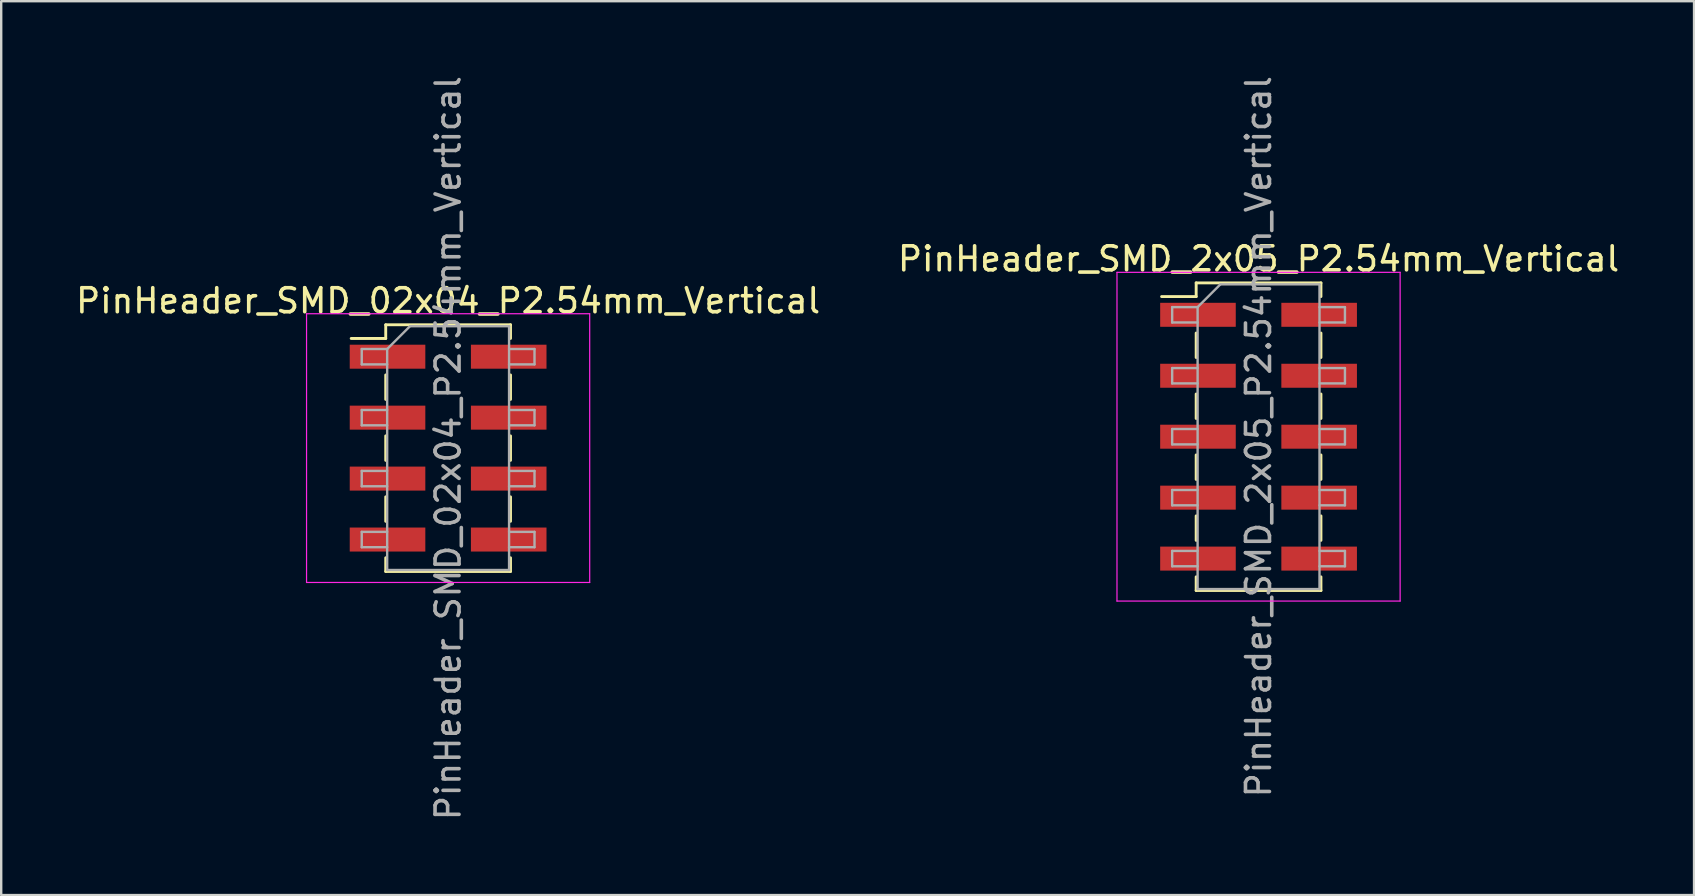
<source format=kicad_pcb>
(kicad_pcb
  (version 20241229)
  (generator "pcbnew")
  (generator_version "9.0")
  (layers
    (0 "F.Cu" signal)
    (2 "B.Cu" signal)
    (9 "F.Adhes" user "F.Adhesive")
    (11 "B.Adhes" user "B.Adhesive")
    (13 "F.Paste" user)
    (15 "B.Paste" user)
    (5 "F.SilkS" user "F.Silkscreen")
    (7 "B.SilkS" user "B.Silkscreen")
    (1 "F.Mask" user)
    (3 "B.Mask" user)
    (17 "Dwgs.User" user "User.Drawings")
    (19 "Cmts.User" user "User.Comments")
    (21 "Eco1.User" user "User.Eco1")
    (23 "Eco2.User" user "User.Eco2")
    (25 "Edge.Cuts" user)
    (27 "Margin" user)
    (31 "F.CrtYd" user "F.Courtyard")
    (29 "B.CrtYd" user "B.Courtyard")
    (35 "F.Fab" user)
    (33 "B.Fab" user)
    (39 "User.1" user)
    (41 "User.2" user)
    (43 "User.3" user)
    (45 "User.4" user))
  (footprint "PinHeader_SMD_2x05_P2.54mm_Vertical"
    (layer "F.Cu")
    (at 49.399 15.149)
    (property "Reference" "PinHeader_SMD_2x05_P2.54mm_Vertical" (at 0 -7.41 0) (layer "F.SilkS") (effects (font (size 1 1) (thickness 0.15))))
    (attr smd)
    (fp_line (start -4.04 -5.84) (end -2.6 -5.84) (stroke (width 0.12) (type solid)) (layer "F.SilkS"))
    (fp_line (start -2.6 -6.41) (end -2.6 -5.84) (stroke (width 0.12) (type solid)) (layer "F.SilkS"))
    (fp_line (start -2.6 -6.41) (end 2.6 -6.41) (stroke (width 0.12) (type solid)) (layer "F.SilkS"))
    (fp_line (start -2.6 -4.32) (end -2.6 -3.3) (stroke (width 0.12) (type solid)) (layer "F.SilkS"))
    (fp_line (start -2.6 -1.78) (end -2.6 -0.76) (stroke (width 0.12) (type solid)) (layer "F.SilkS"))
    (fp_line (start -2.6 0.76) (end -2.6 1.78) (stroke (width 0.12) (type solid)) (layer "F.SilkS"))
    (fp_line (start -2.6 3.3) (end -2.6 4.32) (stroke (width 0.12) (type solid)) (layer "F.SilkS"))
    (fp_line (start -2.6 5.84) (end -2.6 6.41) (stroke (width 0.12) (type solid)) (layer "F.SilkS"))
    (fp_line (start -2.6 6.41) (end 2.6 6.41) (stroke (width 0.12) (type solid)) (layer "F.SilkS"))
    (fp_line (start 2.6 -6.41) (end 2.6 -5.84) (stroke (width 0.12) (type solid)) (layer "F.SilkS"))
    (fp_line (start 2.6 -4.32) (end 2.6 -3.3) (stroke (width 0.12) (type solid)) (layer "F.SilkS"))
    (fp_line (start 2.6 -1.78) (end 2.6 -0.76) (stroke (width 0.12) (type solid)) (layer "F.SilkS"))
    (fp_line (start 2.6 0.76) (end 2.6 1.78) (stroke (width 0.12) (type solid)) (layer "F.SilkS"))
    (fp_line (start 2.6 3.3) (end 2.6 4.32) (stroke (width 0.12) (type solid)) (layer "F.SilkS"))
    (fp_line (start 2.6 5.84) (end 2.6 6.41) (stroke (width 0.12) (type solid)) (layer "F.SilkS"))
    (fp_line (start -5.9 -6.85) (end -5.9 6.85) (stroke (width 0.05) (type solid)) (layer "F.CrtYd"))
    (fp_line (start -5.9 6.85) (end 5.9 6.85) (stroke (width 0.05) (type solid)) (layer "F.CrtYd"))
    (fp_line (start 5.9 -6.85) (end -5.9 -6.85) (stroke (width 0.05) (type solid)) (layer "F.CrtYd"))
    (fp_line (start 5.9 6.85) (end 5.9 -6.85) (stroke (width 0.05) (type solid)) (layer "F.CrtYd"))
    (fp_line (start -3.6 -5.4) (end -3.6 -4.76) (stroke (width 0.1) (type solid)) (layer "F.Fab"))
    (fp_line (start -3.6 -4.76) (end -2.54 -4.76) (stroke (width 0.1) (type solid)) (layer "F.Fab"))
    (fp_line (start -3.6 -2.86) (end -3.6 -2.22) (stroke (width 0.1) (type solid)) (layer "F.Fab"))
    (fp_line (start -3.6 -2.22) (end -2.54 -2.22) (stroke (width 0.1) (type solid)) (layer "F.Fab"))
    (fp_line (start -3.6 -0.32) (end -3.6 0.32) (stroke (width 0.1) (type solid)) (layer "F.Fab"))
    (fp_line (start -3.6 0.32) (end -2.54 0.32) (stroke (width 0.1) (type solid)) (layer "F.Fab"))
    (fp_line (start -3.6 2.22) (end -3.6 2.86) (stroke (width 0.1) (type solid)) (layer "F.Fab"))
    (fp_line (start -3.6 2.86) (end -2.54 2.86) (stroke (width 0.1) (type solid)) (layer "F.Fab"))
    (fp_line (start -3.6 4.76) (end -3.6 5.4) (stroke (width 0.1) (type solid)) (layer "F.Fab"))
    (fp_line (start -3.6 5.4) (end -2.54 5.4) (stroke (width 0.1) (type solid)) (layer "F.Fab"))
    (fp_line (start -2.54 -5.4) (end -3.6 -5.4) (stroke (width 0.1) (type solid)) (layer "F.Fab"))
    (fp_line (start -2.54 -5.4) (end -1.59 -6.35) (stroke (width 0.1) (type solid)) (layer "F.Fab"))
    (fp_line (start -2.54 -2.86) (end -3.6 -2.86) (stroke (width 0.1) (type solid)) (layer "F.Fab"))
    (fp_line (start -2.54 -0.32) (end -3.6 -0.32) (stroke (width 0.1) (type solid)) (layer "F.Fab"))
    (fp_line (start -2.54 2.22) (end -3.6 2.22) (stroke (width 0.1) (type solid)) (layer "F.Fab"))
    (fp_line (start -2.54 4.76) (end -3.6 4.76) (stroke (width 0.1) (type solid)) (layer "F.Fab"))
    (fp_line (start -2.54 6.35) (end -2.54 -5.4) (stroke (width 0.1) (type solid)) (layer "F.Fab"))
    (fp_line (start -1.59 -6.35) (end 2.54 -6.35) (stroke (width 0.1) (type solid)) (layer "F.Fab"))
    (fp_line (start 2.54 -6.35) (end 2.54 6.35) (stroke (width 0.1) (type solid)) (layer "F.Fab"))
    (fp_line (start 2.54 -5.4) (end 3.6 -5.4) (stroke (width 0.1) (type solid)) (layer "F.Fab"))
    (fp_line (start 2.54 -2.86) (end 3.6 -2.86) (stroke (width 0.1) (type solid)) (layer "F.Fab"))
    (fp_line (start 2.54 -0.32) (end 3.6 -0.32) (stroke (width 0.1) (type solid)) (layer "F.Fab"))
    (fp_line (start 2.54 2.22) (end 3.6 2.22) (stroke (width 0.1) (type solid)) (layer "F.Fab"))
    (fp_line (start 2.54 4.76) (end 3.6 4.76) (stroke (width 0.1) (type solid)) (layer "F.Fab"))
    (fp_line (start 2.54 6.35) (end -2.54 6.35) (stroke (width 0.1) (type solid)) (layer "F.Fab"))
    (fp_line (start 3.6 -5.4) (end 3.6 -4.76) (stroke (width 0.1) (type solid)) (layer "F.Fab"))
    (fp_line (start 3.6 -4.76) (end 2.54 -4.76) (stroke (width 0.1) (type solid)) (layer "F.Fab"))
    (fp_line (start 3.6 -2.86) (end 3.6 -2.22) (stroke (width 0.1) (type solid)) (layer "F.Fab"))
    (fp_line (start 3.6 -2.22) (end 2.54 -2.22) (stroke (width 0.1) (type solid)) (layer "F.Fab"))
    (fp_line (start 3.6 -0.32) (end 3.6 0.32) (stroke (width 0.1) (type solid)) (layer "F.Fab"))
    (fp_line (start 3.6 0.32) (end 2.54 0.32) (stroke (width 0.1) (type solid)) (layer "F.Fab"))
    (fp_line (start 3.6 2.22) (end 3.6 2.86) (stroke (width 0.1) (type solid)) (layer "F.Fab"))
    (fp_line (start 3.6 2.86) (end 2.54 2.86) (stroke (width 0.1) (type solid)) (layer "F.Fab"))
    (fp_line (start 3.6 4.76) (end 3.6 5.4) (stroke (width 0.1) (type solid)) (layer "F.Fab"))
    (fp_line (start 3.6 5.4) (end 2.54 5.4) (stroke (width 0.1) (type solid)) (layer "F.Fab"))
    (fp_text user "${REFERENCE}" (at 0 0 90) (layer "F.Fab") (effects (font (size 1 1) (thickness 0.15))))
    (pad "1" smd rect (at -2.525 -5.08) (size 3.15 1) (layers "F.Cu" "F.Mask" "F.Paste"))
    (pad "2" smd rect (at 2.525 -5.08) (size 3.15 1) (layers "F.Cu" "F.Mask" "F.Paste"))
    (pad "3" smd rect (at -2.525 -2.54) (size 3.15 1) (layers "F.Cu" "F.Mask" "F.Paste"))
    (pad "4" smd rect (at 2.525 -2.54) (size 3.15 1) (layers "F.Cu" "F.Mask" "F.Paste"))
    (pad "5" smd rect (at -2.525 0) (size 3.15 1) (layers "F.Cu" "F.Mask" "F.Paste"))
    (pad "6" smd rect (at 2.525 0) (size 3.15 1) (layers "F.Cu" "F.Mask" "F.Paste"))
    (pad "7" smd rect (at -2.525 2.54) (size 3.15 1) (layers "F.Cu" "F.Mask" "F.Paste"))
    (pad "8" smd rect (at 2.525 2.54) (size 3.15 1) (layers "F.Cu" "F.Mask" "F.Paste"))
    (pad "9" smd rect (at -2.525 5.08) (size 3.15 1) (layers "F.Cu" "F.Mask" "F.Paste"))
    (pad "10" smd rect (at 2.525 5.08) (size 3.15 1) (layers "F.Cu" "F.Mask" "F.Paste")))
  (footprint "PinHeader_SMD_02x04_P2.54mm_Vertical"
    (layer "F.Cu")
    (at 15.625 15.625)
    (property "Reference" "PinHeader_SMD_02x04_P2.54mm_Vertical" (at 0 -6.14 0) (layer "F.SilkS") (effects (font (size 1 1) (thickness 0.15))))
    (attr smd)
    (fp_line (start -4.04 -4.57) (end -2.6 -4.57) (stroke (width 0.12) (type solid)) (layer "F.SilkS"))
    (fp_line (start -2.6 -5.14) (end -2.6 -4.57) (stroke (width 0.12) (type solid)) (layer "F.SilkS"))
    (fp_line (start -2.6 -5.14) (end 2.6 -5.14) (stroke (width 0.12) (type solid)) (layer "F.SilkS"))
    (fp_line (start -2.6 -3.05) (end -2.6 -2.03) (stroke (width 0.12) (type solid)) (layer "F.SilkS"))
    (fp_line (start -2.6 -0.51) (end -2.6 0.51) (stroke (width 0.12) (type solid)) (layer "F.SilkS"))
    (fp_line (start -2.6 2.03) (end -2.6 3.05) (stroke (width 0.12) (type solid)) (layer "F.SilkS"))
    (fp_line (start -2.6 4.57) (end -2.6 5.14) (stroke (width 0.12) (type solid)) (layer "F.SilkS"))
    (fp_line (start -2.6 5.14) (end 2.6 5.14) (stroke (width 0.12) (type solid)) (layer "F.SilkS"))
    (fp_line (start 2.6 -5.14) (end 2.6 -4.57) (stroke (width 0.12) (type solid)) (layer "F.SilkS"))
    (fp_line (start 2.6 -3.05) (end 2.6 -2.03) (stroke (width 0.12) (type solid)) (layer "F.SilkS"))
    (fp_line (start 2.6 -0.51) (end 2.6 0.51) (stroke (width 0.12) (type solid)) (layer "F.SilkS"))
    (fp_line (start 2.6 2.03) (end 2.6 3.05) (stroke (width 0.12) (type solid)) (layer "F.SilkS"))
    (fp_line (start 2.6 4.57) (end 2.6 5.14) (stroke (width 0.12) (type solid)) (layer "F.SilkS"))
    (fp_line (start -5.9 -5.6) (end -5.9 5.6) (stroke (width 0.05) (type solid)) (layer "F.CrtYd"))
    (fp_line (start -5.9 5.6) (end 5.9 5.6) (stroke (width 0.05) (type solid)) (layer "F.CrtYd"))
    (fp_line (start 5.9 -5.6) (end -5.9 -5.6) (stroke (width 0.05) (type solid)) (layer "F.CrtYd"))
    (fp_line (start 5.9 5.6) (end 5.9 -5.6) (stroke (width 0.05) (type solid)) (layer "F.CrtYd"))
    (fp_line (start -3.6 -4.13) (end -3.6 -3.49) (stroke (width 0.1) (type solid)) (layer "F.Fab"))
    (fp_line (start -3.6 -3.49) (end -2.54 -3.49) (stroke (width 0.1) (type solid)) (layer "F.Fab"))
    (fp_line (start -3.6 -1.59) (end -3.6 -0.95) (stroke (width 0.1) (type solid)) (layer "F.Fab"))
    (fp_line (start -3.6 -0.95) (end -2.54 -0.95) (stroke (width 0.1) (type solid)) (layer "F.Fab"))
    (fp_line (start -3.6 0.95) (end -3.6 1.59) (stroke (width 0.1) (type solid)) (layer "F.Fab"))
    (fp_line (start -3.6 1.59) (end -2.54 1.59) (stroke (width 0.1) (type solid)) (layer "F.Fab"))
    (fp_line (start -3.6 3.49) (end -3.6 4.13) (stroke (width 0.1) (type solid)) (layer "F.Fab"))
    (fp_line (start -3.6 4.13) (end -2.54 4.13) (stroke (width 0.1) (type solid)) (layer "F.Fab"))
    (fp_line (start -2.54 -4.13) (end -3.6 -4.13) (stroke (width 0.1) (type solid)) (layer "F.Fab"))
    (fp_line (start -2.54 -4.13) (end -1.59 -5.08) (stroke (width 0.1) (type solid)) (layer "F.Fab"))
    (fp_line (start -2.54 -1.59) (end -3.6 -1.59) (stroke (width 0.1) (type solid)) (layer "F.Fab"))
    (fp_line (start -2.54 0.95) (end -3.6 0.95) (stroke (width 0.1) (type solid)) (layer "F.Fab"))
    (fp_line (start -2.54 3.49) (end -3.6 3.49) (stroke (width 0.1) (type solid)) (layer "F.Fab"))
    (fp_line (start -2.54 5.08) (end -2.54 -4.13) (stroke (width 0.1) (type solid)) (layer "F.Fab"))
    (fp_line (start -1.59 -5.08) (end 2.54 -5.08) (stroke (width 0.1) (type solid)) (layer "F.Fab"))
    (fp_line (start 2.54 -5.08) (end 2.54 5.08) (stroke (width 0.1) (type solid)) (layer "F.Fab"))
    (fp_line (start 2.54 -4.13) (end 3.6 -4.13) (stroke (width 0.1) (type solid)) (layer "F.Fab"))
    (fp_line (start 2.54 -1.59) (end 3.6 -1.59) (stroke (width 0.1) (type solid)) (layer "F.Fab"))
    (fp_line (start 2.54 0.95) (end 3.6 0.95) (stroke (width 0.1) (type solid)) (layer "F.Fab"))
    (fp_line (start 2.54 3.49) (end 3.6 3.49) (stroke (width 0.1) (type solid)) (layer "F.Fab"))
    (fp_line (start 2.54 5.08) (end -2.54 5.08) (stroke (width 0.1) (type solid)) (layer "F.Fab"))
    (fp_line (start 3.6 -4.13) (end 3.6 -3.49) (stroke (width 0.1) (type solid)) (layer "F.Fab"))
    (fp_line (start 3.6 -3.49) (end 2.54 -3.49) (stroke (width 0.1) (type solid)) (layer "F.Fab"))
    (fp_line (start 3.6 -1.59) (end 3.6 -0.95) (stroke (width 0.1) (type solid)) (layer "F.Fab"))
    (fp_line (start 3.6 -0.95) (end 2.54 -0.95) (stroke (width 0.1) (type solid)) (layer "F.Fab"))
    (fp_line (start 3.6 0.95) (end 3.6 1.59) (stroke (width 0.1) (type solid)) (layer "F.Fab"))
    (fp_line (start 3.6 1.59) (end 2.54 1.59) (stroke (width 0.1) (type solid)) (layer "F.Fab"))
    (fp_line (start 3.6 3.49) (end 3.6 4.13) (stroke (width 0.1) (type solid)) (layer "F.Fab"))
    (fp_line (start 3.6 4.13) (end 2.54 4.13) (stroke (width 0.1) (type solid)) (layer "F.Fab"))
    (fp_text user "${REFERENCE}" (at 0 0 90) (layer "F.Fab") (effects (font (size 1 1) (thickness 0.15))))
    (pad "1" smd rect (at -2.525 -3.81) (size 3.15 1) (layers "F.Cu" "F.Mask" "F.Paste"))
    (pad "2" smd rect (at 2.525 -3.81) (size 3.15 1) (layers "F.Cu" "F.Mask" "F.Paste"))
    (pad "3" smd rect (at -2.525 -1.27) (size 3.15 1) (layers "F.Cu" "F.Mask" "F.Paste"))
    (pad "4" smd rect (at 2.525 -1.27) (size 3.15 1) (layers "F.Cu" "F.Mask" "F.Paste"))
    (pad "5" smd rect (at -2.525 1.27) (size 3.15 1) (layers "F.Cu" "F.Mask" "F.Paste"))
    (pad "6" smd rect (at 2.525 1.27) (size 3.15 1) (layers "F.Cu" "F.Mask" "F.Paste"))
    (pad "7" smd rect (at -2.525 3.81) (size 3.15 1) (layers "F.Cu" "F.Mask" "F.Paste"))
    (pad "8" smd rect (at 2.525 3.81) (size 3.15 1) (layers "F.Cu" "F.Mask" "F.Paste")))
  (gr_rect
    (start -3 -3)
    (end 67.548 34.25)
    (stroke (width 0.1) (type default))
    (fill no)
    (layer "Edge.Cuts")))
</source>
